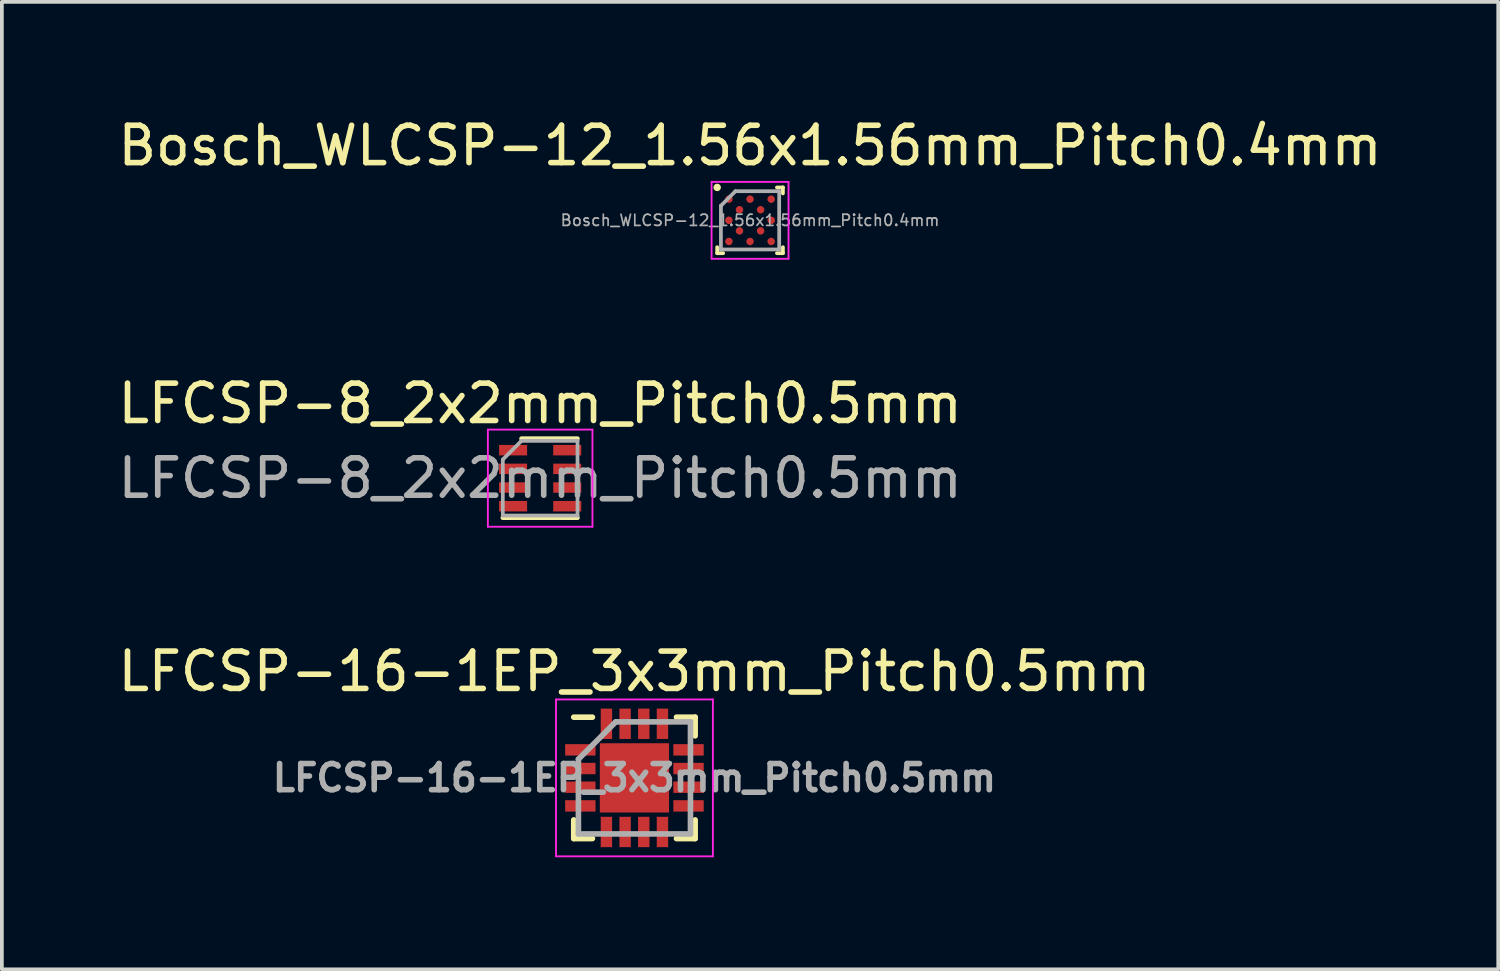
<source format=kicad_pcb>
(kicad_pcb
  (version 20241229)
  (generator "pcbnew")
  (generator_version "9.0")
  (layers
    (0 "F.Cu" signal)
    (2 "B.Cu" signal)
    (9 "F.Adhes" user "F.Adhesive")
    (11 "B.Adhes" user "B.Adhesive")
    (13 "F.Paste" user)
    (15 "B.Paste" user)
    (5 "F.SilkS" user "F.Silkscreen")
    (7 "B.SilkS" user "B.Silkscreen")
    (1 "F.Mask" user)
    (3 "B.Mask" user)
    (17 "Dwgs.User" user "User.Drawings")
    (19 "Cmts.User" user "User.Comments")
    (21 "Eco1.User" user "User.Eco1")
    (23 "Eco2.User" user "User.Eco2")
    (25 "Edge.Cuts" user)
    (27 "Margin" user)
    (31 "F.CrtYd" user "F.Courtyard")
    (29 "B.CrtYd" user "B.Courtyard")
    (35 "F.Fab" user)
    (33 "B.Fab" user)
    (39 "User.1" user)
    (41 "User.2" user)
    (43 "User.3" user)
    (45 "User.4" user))
  (footprint "LFCSP-8_2x2mm_Pitch0.5mm"
    (layer "F.Cu")
    (at 11.411 9.752)
    (property "Reference" "LFCSP-8_2x2mm_Pitch0.5mm" (at 0 -2 0) (layer "F.SilkS") (effects (font (size 1 1) (thickness 0.15))))
    (attr smd)
    (fp_line (start -0.5 -1.06) (end 1 -1.06) (stroke (width 0.12) (type solid)) (layer "F.SilkS"))
    (fp_line (start 1 1.06) (end -1 1.06) (stroke (width 0.12) (type solid)) (layer "F.SilkS"))
    (fp_line (start -1.4 -1.3) (end 1.4 -1.3) (stroke (width 0.05) (type solid)) (layer "F.CrtYd"))
    (fp_line (start -1.4 1.3) (end -1.4 -1.3) (stroke (width 0.05) (type solid)) (layer "F.CrtYd"))
    (fp_line (start 1.4 -1.3) (end 1.4 1.3) (stroke (width 0.05) (type solid)) (layer "F.CrtYd"))
    (fp_line (start 1.4 1.3) (end -1.4 1.3) (stroke (width 0.05) (type solid)) (layer "F.CrtYd"))
    (fp_line (start -1 -0.5) (end -1 1) (stroke (width 0.1) (type solid)) (layer "F.Fab"))
    (fp_line (start -0.5 -1) (end -1 -0.5) (stroke (width 0.1) (type solid)) (layer "F.Fab"))
    (fp_line (start -0.5 -1) (end 1 -1) (stroke (width 0.1) (type solid)) (layer "F.Fab"))
    (fp_line (start 1 1) (end -1 1) (stroke (width 0.1) (type solid)) (layer "F.Fab"))
    (fp_line (start 1 1) (end 1 -1) (stroke (width 0.1) (type solid)) (layer "F.Fab"))
    (fp_text user "${REFERENCE}" (at 0 0 180) (layer "F.Fab") (effects (font (size 1 1) (thickness 0.15))))
    (pad "1" smd rect (at -0.725 -0.75) (size 0.75 0.28) (layers "F.Cu" "F.Mask" "F.Paste"))
    (pad "2" smd rect (at -0.725 -0.25) (size 0.75 0.28) (layers "F.Cu" "F.Mask" "F.Paste"))
    (pad "3" smd rect (at -0.725 0.25) (size 0.75 0.28) (layers "F.Cu" "F.Mask" "F.Paste"))
    (pad "4" smd rect (at -0.725 0.75) (size 0.75 0.28) (layers "F.Cu" "F.Mask" "F.Paste"))
    (pad "5" smd rect (at 0.725 0.75) (size 0.75 0.28) (layers "F.Cu" "F.Mask" "F.Paste"))
    (pad "6" smd rect (at 0.725 0.25) (size 0.75 0.28) (layers "F.Cu" "F.Mask" "F.Paste"))
    (pad "7" smd rect (at 0.725 -0.25) (size 0.75 0.28) (layers "F.Cu" "F.Mask" "F.Paste"))
    (pad "8" smd rect (at 0.725 -0.75) (size 0.75 0.28) (layers "F.Cu" "F.Mask" "F.Paste")))
  (footprint "Bosch_WLCSP-12_1.56x1.56mm_Pitch0.4mm"
    (layer "F.Cu")
    (at 17.03 2.848)
    (property "Reference" "Bosch_WLCSP-12_1.56x1.56mm_Pitch0.4mm" (at 0 -2 0) (layer "F.SilkS") (effects (font (size 1 1) (thickness 0.15))))
    (attr smd)
    (fp_line (start -0.88 0.88) (end -0.88 0.72) (stroke (width 0.1) (type solid)) (layer "F.SilkS"))
    (fp_line (start -0.88 0.88) (end -0.72 0.88) (stroke (width 0.1) (type solid)) (layer "F.SilkS"))
    (fp_line (start 0.88 -0.88) (end 0.72 -0.88) (stroke (width 0.1) (type solid)) (layer "F.SilkS"))
    (fp_line (start 0.88 -0.88) (end 0.88 -0.72) (stroke (width 0.1) (type solid)) (layer "F.SilkS"))
    (fp_line (start 0.88 0.88) (end 0.72 0.88) (stroke (width 0.1) (type solid)) (layer "F.SilkS"))
    (fp_line (start 0.88 0.88) (end 0.88 0.72) (stroke (width 0.1) (type solid)) (layer "F.SilkS"))
    (fp_circle (center -0.88 -0.88) (end -0.83 -0.88) (stroke (width 0.1) (type solid)) (fill no) (layer "F.SilkS"))
    (fp_line (start -1.03 -1.03) (end -1.03 1.03) (stroke (width 0.05) (type solid)) (layer "F.CrtYd"))
    (fp_line (start -1.03 -1.03) (end 1.03 -1.03) (stroke (width 0.05) (type solid)) (layer "F.CrtYd"))
    (fp_line (start -1.03 1.03) (end 1.03 1.03) (stroke (width 0.05) (type solid)) (layer "F.CrtYd"))
    (fp_line (start 1.03 -1.03) (end 1.03 1.03) (stroke (width 0.05) (type solid)) (layer "F.CrtYd"))
    (fp_line (start -0.78 -0.39) (end -0.39 -0.78) (stroke (width 0.1) (type solid)) (layer "F.Fab"))
    (fp_line (start -0.78 0.78) (end -0.78 -0.39) (stroke (width 0.1) (type solid)) (layer "F.Fab"))
    (fp_line (start -0.39 -0.78) (end 0.78 -0.78) (stroke (width 0.1) (type solid)) (layer "F.Fab"))
    (fp_line (start 0.78 0.78) (end -0.78 0.78) (stroke (width 0.1) (type solid)) (layer "F.Fab"))
    (fp_line (start 0.78 0.78) (end 0.78 -0.78) (stroke (width 0.1) (type solid)) (layer "F.Fab"))
    (fp_text user "${REFERENCE}" (at 0 0 0) (layer "F.Fab") (effects (font (size 0.3 0.3) (thickness 0.045))))
    (pad "A1" smd circle (at -0.566 -0.566) (size 0.2 0.2) (layers "F.Cu" "F.Mask" "F.Paste"))
    (pad "A3" smd circle (at 0 -0.566) (size 0.2 0.2) (layers "F.Cu" "F.Mask" "F.Paste"))
    (pad "A5" smd circle (at 0.566 -0.566) (size 0.2 0.2) (layers "F.Cu" "F.Mask" "F.Paste"))
    (pad "B2" smd circle (at -0.283 -0.283) (size 0.2 0.2) (layers "F.Cu" "F.Mask" "F.Paste"))
    (pad "B4" smd circle (at 0.283 -0.283) (size 0.2 0.2) (layers "F.Cu" "F.Mask" "F.Paste"))
    (pad "C1" smd circle (at -0.566 0) (size 0.2 0.2) (layers "F.Cu" "F.Mask" "F.Paste"))
    (pad "C5" smd circle (at 0.566 0) (size 0.2 0.2) (layers "F.Cu" "F.Mask" "F.Paste"))
    (pad "D2" smd circle (at -0.283 0.283) (size 0.2 0.2) (layers "F.Cu" "F.Mask" "F.Paste"))
    (pad "D4" smd circle (at 0.283 0.283) (size 0.2 0.2) (layers "F.Cu" "F.Mask" "F.Paste"))
    (pad "E1" smd circle (at -0.566 0.566) (size 0.2 0.2) (layers "F.Cu" "F.Mask" "F.Paste"))
    (pad "E3" smd circle (at 0 0.566) (size 0.2 0.2) (layers "F.Cu" "F.Mask" "F.Paste"))
    (pad "E5" smd circle (at 0.566 0.566) (size 0.2 0.2) (layers "F.Cu" "F.Mask" "F.Paste")))
  (footprint "LFCSP-16-1EP_3x3mm_Pitch0.5mm"
    (layer "F.Cu")
    (at 13.935 17.775)
    (property "Reference" "LFCSP-16-1EP_3x3mm_Pitch0.5mm" (at 0 -2.85 0) (layer "F.SilkS") (effects (font (size 1 1) (thickness 0.15))))
    (attr smd)
    (fp_line (start -1.625 -1.625) (end -1.125 -1.625) (stroke (width 0.15) (type solid)) (layer "F.SilkS"))
    (fp_line (start -1.625 1.625) (end -1.625 1.125) (stroke (width 0.15) (type solid)) (layer "F.SilkS"))
    (fp_line (start -1.625 1.625) (end -1.125 1.625) (stroke (width 0.15) (type solid)) (layer "F.SilkS"))
    (fp_line (start 1.625 -1.625) (end 1.125 -1.625) (stroke (width 0.15) (type solid)) (layer "F.SilkS"))
    (fp_line (start 1.625 -1.625) (end 1.625 -1.125) (stroke (width 0.15) (type solid)) (layer "F.SilkS"))
    (fp_line (start 1.625 1.625) (end 1.125 1.625) (stroke (width 0.15) (type solid)) (layer "F.SilkS"))
    (fp_line (start 1.625 1.625) (end 1.625 1.125) (stroke (width 0.15) (type solid)) (layer "F.SilkS"))
    (fp_line (start -2.1 -2.1) (end -2.1 2.1) (stroke (width 0.05) (type solid)) (layer "F.CrtYd"))
    (fp_line (start -2.1 -2.1) (end 2.1 -2.1) (stroke (width 0.05) (type solid)) (layer "F.CrtYd"))
    (fp_line (start -2.1 2.1) (end 2.1 2.1) (stroke (width 0.05) (type solid)) (layer "F.CrtYd"))
    (fp_line (start 2.1 -2.1) (end 2.1 2.1) (stroke (width 0.05) (type solid)) (layer "F.CrtYd"))
    (fp_line (start -1.5 -0.5) (end -0.5 -1.5) (stroke (width 0.15) (type solid)) (layer "F.Fab"))
    (fp_line (start -1.5 1.5) (end -1.5 -0.5) (stroke (width 0.15) (type solid)) (layer "F.Fab"))
    (fp_line (start -0.5 -1.5) (end 1.5 -1.5) (stroke (width 0.15) (type solid)) (layer "F.Fab"))
    (fp_line (start 1.5 -1.5) (end 1.5 1.5) (stroke (width 0.15) (type solid)) (layer "F.Fab"))
    (fp_line (start 1.5 1.5) (end -1.5 1.5) (stroke (width 0.15) (type solid)) (layer "F.Fab"))
    (fp_text user "${REFERENCE}" (at 0 0 0) (layer "F.Fab") (effects (font (size 0.7 0.7) (thickness 0.15))))
    (pad "" smd rect (at -0.45 -0.45) (size 0.7 0.7) (layers "F.Paste"))
    (pad "" smd rect (at -0.45 0.45) (size 0.7 0.7) (layers "F.Paste"))
    (pad "" smd rect (at 0.45 -0.45) (size 0.7 0.7) (layers "F.Paste"))
    (pad "" smd rect (at 0.45 0.45) (size 0.7 0.7) (layers "F.Paste"))
    (pad "1" smd rect (at -1.448 -0.75) (size 0.813 0.305) (layers "F.Cu" "F.Mask" "F.Paste"))
    (pad "2" smd rect (at -1.448 -0.25) (size 0.813 0.305) (layers "F.Cu" "F.Mask" "F.Paste"))
    (pad "3" smd rect (at -1.448 0.25) (size 0.813 0.305) (layers "F.Cu" "F.Mask" "F.Paste"))
    (pad "4" smd rect (at -1.448 0.75) (size 0.813 0.305) (layers "F.Cu" "F.Mask" "F.Paste"))
    (pad "5" smd rect (at -0.75 1.448) (size 0.305 0.813) (layers "F.Cu" "F.Mask" "F.Paste"))
    (pad "6" smd rect (at -0.25 1.448) (size 0.305 0.813) (layers "F.Cu" "F.Mask" "F.Paste"))
    (pad "7" smd rect (at 0.25 1.448) (size 0.305 0.813) (layers "F.Cu" "F.Mask" "F.Paste"))
    (pad "8" smd rect (at 0.75 1.448) (size 0.305 0.813) (layers "F.Cu" "F.Mask" "F.Paste"))
    (pad "9" smd rect (at 1.448 0.75) (size 0.813 0.305) (layers "F.Cu" "F.Mask" "F.Paste"))
    (pad "10" smd rect (at 1.448 0.25) (size 0.813 0.305) (layers "F.Cu" "F.Mask" "F.Paste"))
    (pad "11" smd rect (at 1.448 -0.25) (size 0.813 0.305) (layers "F.Cu" "F.Mask" "F.Paste"))
    (pad "12" smd rect (at 1.448 -0.75) (size 0.813 0.305) (layers "F.Cu" "F.Mask" "F.Paste"))
    (pad "13" smd rect (at 0.75 -1.448) (size 0.305 0.813) (layers "F.Cu" "F.Mask" "F.Paste"))
    (pad "14" smd rect (at 0.25 -1.448) (size 0.305 0.813) (layers "F.Cu" "F.Mask" "F.Paste"))
    (pad "15" smd rect (at -0.25 -1.448) (size 0.305 0.813) (layers "F.Cu" "F.Mask" "F.Paste"))
    (pad "16" smd rect (at -0.75 -1.448) (size 0.305 0.813) (layers "F.Cu" "F.Mask" "F.Paste"))
    (pad "17" smd rect (at 0 0) (size 1.854 1.854) (layers "F.Cu" "F.Mask")))
  (gr_rect
    (start -3 -3)
    (end 37.06 22.9)
    (stroke (width 0.1) (type default))
    (fill no)
    (layer "Edge.Cuts")))
</source>
